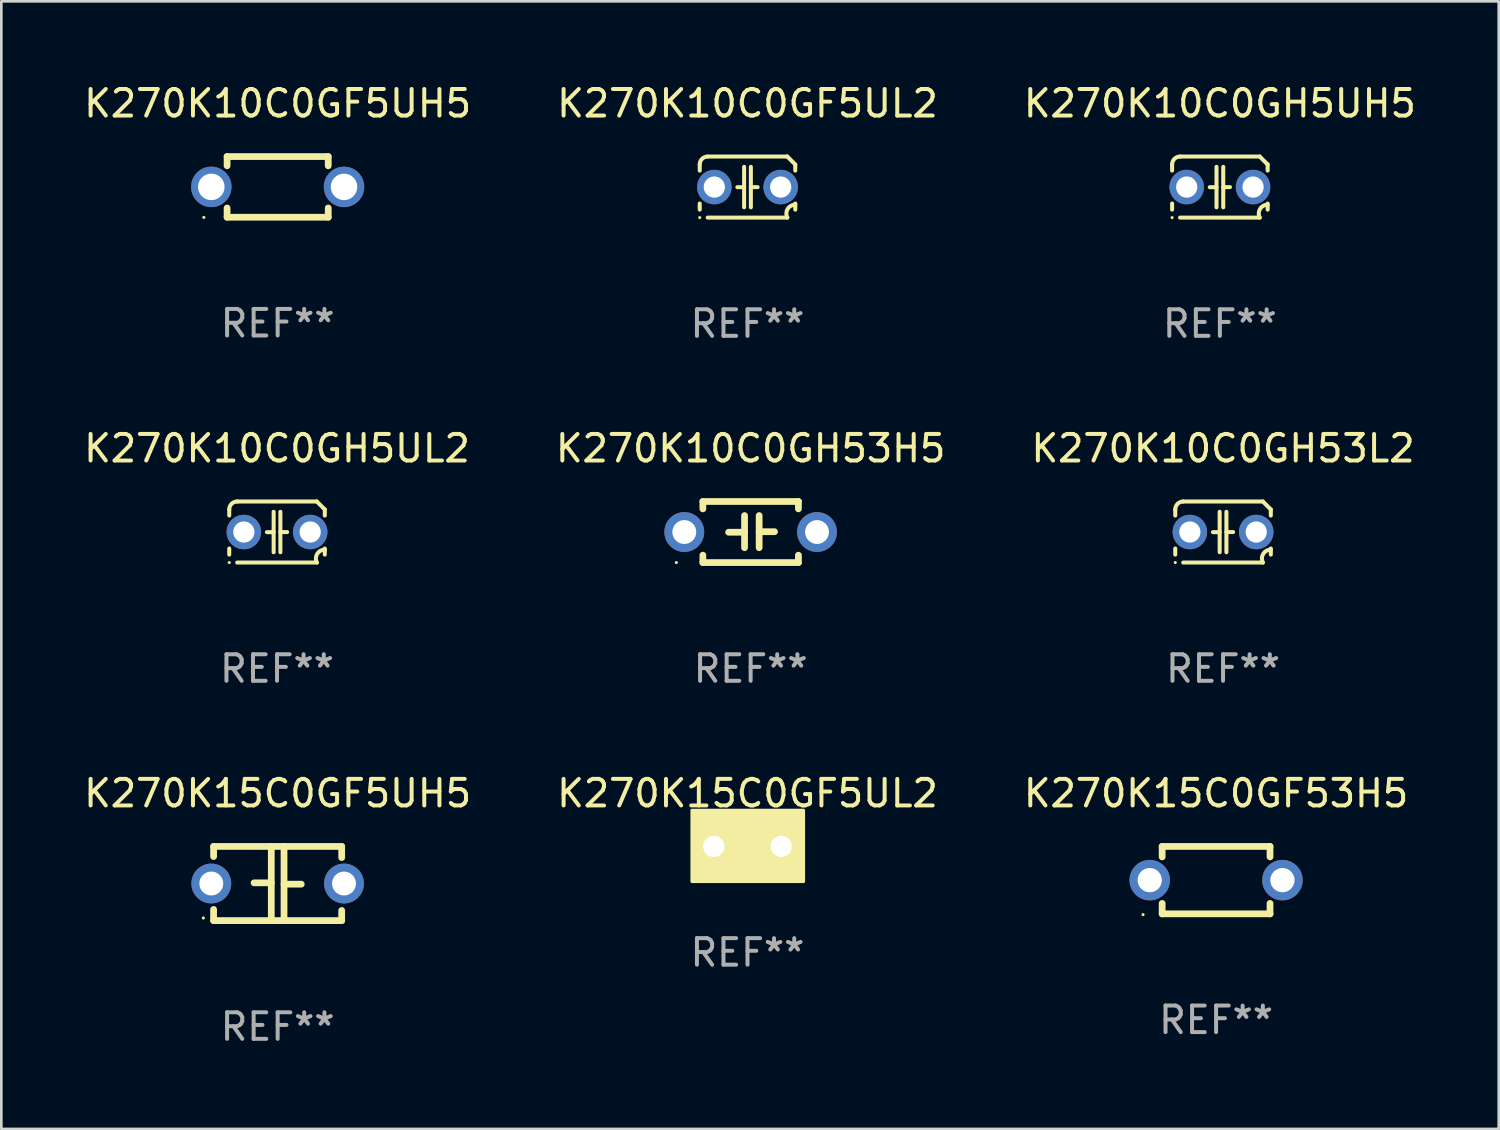
<source format=kicad_pcb>
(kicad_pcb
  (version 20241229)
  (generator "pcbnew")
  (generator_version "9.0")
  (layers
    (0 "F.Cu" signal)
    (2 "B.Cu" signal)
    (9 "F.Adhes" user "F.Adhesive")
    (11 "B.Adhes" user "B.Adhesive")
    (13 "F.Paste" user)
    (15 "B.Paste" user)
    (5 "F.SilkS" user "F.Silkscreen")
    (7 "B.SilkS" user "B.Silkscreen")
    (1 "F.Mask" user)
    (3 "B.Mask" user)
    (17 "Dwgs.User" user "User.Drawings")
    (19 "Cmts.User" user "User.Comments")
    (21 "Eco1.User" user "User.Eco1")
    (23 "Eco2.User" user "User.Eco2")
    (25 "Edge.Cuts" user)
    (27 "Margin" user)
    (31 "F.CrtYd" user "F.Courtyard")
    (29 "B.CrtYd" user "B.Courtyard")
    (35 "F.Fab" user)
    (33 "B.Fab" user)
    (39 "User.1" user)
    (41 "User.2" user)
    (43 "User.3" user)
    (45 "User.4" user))
  (footprint "K270K15C0GF53H5"
    (layer "F.Cu")
    (at 42.768 30.111)
    (property "Reference" "K270K15C0GF53H5" (at 0 -3.27 0) (layer "F.SilkS") (effects (font (size 1 1) (thickness 0.15))))
    (attr through_hole)
    (fp_line (start -2.032 -1.27) (end -2.032 -0.876) (stroke (width 0.254) (type solid)) (layer "F.SilkS"))
    (fp_line (start -2.032 0.876) (end -2.032 1.27) (stroke (width 0.254) (type solid)) (layer "F.SilkS"))
    (fp_line (start -2.032 1.27) (end 2.032 1.27) (stroke (width 0.254) (type solid)) (layer "F.SilkS"))
    (fp_line (start 2.032 -1.27) (end -2.032 -1.27) (stroke (width 0.254) (type solid)) (layer "F.SilkS"))
    (fp_line (start 2.032 -0.876) (end 2.032 -1.27) (stroke (width 0.254) (type solid)) (layer "F.SilkS"))
    (fp_line (start 2.032 1.27) (end 2.032 0.876) (stroke (width 0.254) (type solid)) (layer "F.SilkS"))
    (fp_circle (center -2.751 1.3) (end -2.721 1.3) (stroke (width 0.06) (type solid)) (fill no) (layer "F.SilkS"))
    (fp_text user "REF**" (at 0 5.27 0) (layer "F.Fab") (effects (font (size 1 1) (thickness 0.15))))
    (pad "1" thru_hole circle (at -2.5 0) (size 1.524 1.524) (drill 0.914) (layers "*.Cu" "*.Mask"))
    (pad "2" thru_hole circle (at 2.5 0) (size 1.524 1.524) (drill 0.914) (layers "*.Cu" "*.Mask")))
  (footprint "K270K10C0GH53H5"
    (layer "F.Cu")
    (at 25.232 16.995)
    (property "Reference" "K270K10C0GH53H5" (at 0 -3.15 0) (layer "F.SilkS") (effects (font (size 1 1) (thickness 0.15))))
    (attr through_hole)
    (fp_line (start -1.8 -1.15) (end -1.8 -0.872) (stroke (width 0.254) (type solid)) (layer "F.SilkS"))
    (fp_line (start -1.8 -1.15) (end 1.8 -1.15) (stroke (width 0.254) (type solid)) (layer "F.SilkS"))
    (fp_line (start -1.8 0.872) (end -1.8 1.15) (stroke (width 0.254) (type solid)) (layer "F.SilkS"))
    (fp_line (start -1.8 1.15) (end 1.8 1.15) (stroke (width 0.254) (type solid)) (layer "F.SilkS"))
    (fp_line (start -0.23 -0.62) (end -0.23 0.59) (stroke (width 0.254) (type solid)) (layer "F.SilkS"))
    (fp_line (start -0.23 0.007) (end -0.83 0.007) (stroke (width 0.254) (type solid)) (layer "F.SilkS"))
    (fp_line (start 0.32 -0.62) (end 0.32 0.59) (stroke (width 0.254) (type solid)) (layer "F.SilkS"))
    (fp_line (start 0.32 -0.012) (end 0.9 -0.012) (stroke (width 0.254) (type solid)) (layer "F.SilkS"))
    (fp_line (start 1.8 -1.15) (end 1.8 -0.872) (stroke (width 0.254) (type solid)) (layer "F.SilkS"))
    (fp_line (start 1.8 0.872) (end 1.8 1.15) (stroke (width 0.254) (type solid)) (layer "F.SilkS"))
    (fp_circle (center -2.8 1.15) (end -2.77 1.15) (stroke (width 0.06) (type solid)) (fill no) (layer "F.SilkS"))
    (fp_text user "REF**" (at 0 5.15 0) (layer "F.Fab") (effects (font (size 1 1) (thickness 0.15))))
    (pad "1" thru_hole circle (at -2.5 0) (size 1.5 1.5) (drill 0.9) (layers "*.Cu" "*.Mask"))
    (pad "2" thru_hole circle (at 2.5 0) (size 1.5 1.5) (drill 0.9) (layers "*.Cu" "*.Mask")))
  (footprint "K270K10C0GH5UH5"
    (layer "F.Cu")
    (at 42.911 3.998)
    (property "Reference" "K270K10C0GH5UH5" (at 0 -3.15 0) (layer "F.SilkS") (effects (font (size 1 1) (thickness 0.15))))
    (attr through_hole)
    (fp_line (start -1.8 -0.621) (end -1.8 -0.85) (stroke (width 0.152) (type solid)) (layer "F.SilkS"))
    (fp_line (start -1.8 0.85) (end -1.8 0.621) (stroke (width 0.152) (type solid)) (layer "F.SilkS"))
    (fp_line (start -1.5 -1.15) (end 1.5 -1.15) (stroke (width 0.152) (type solid)) (layer "F.SilkS"))
    (fp_line (start -0.127 -0.762) (end -0.127 0.762) (stroke (width 0.152) (type solid)) (layer "F.SilkS"))
    (fp_line (start -0.127 0.005) (end -0.381 0.005) (stroke (width 0.152) (type solid)) (layer "F.SilkS"))
    (fp_line (start 0.127 -0.762) (end 0.127 0.762) (stroke (width 0.152) (type solid)) (layer "F.SilkS"))
    (fp_line (start 0.127 0.002) (end 0.381 0.002) (stroke (width 0.152) (type solid)) (layer "F.SilkS"))
    (fp_line (start 1.5 1.15) (end -1.5 1.15) (stroke (width 0.152) (type solid)) (layer "F.SilkS"))
    (fp_line (start 1.8 -0.85) (end 1.8 -0.621) (stroke (width 0.152) (type solid)) (layer "F.SilkS"))
    (fp_line (start 1.8 0.621) (end 1.8 0.85) (stroke (width 0.152) (type solid)) (layer "F.SilkS"))
    (fp_arc (start -1.799975 -0.849987) (mid -1.712107 -1.062119) (end -1.499975 -1.149987) (stroke (width 0.151994) (type solid)) (layer "F.SilkS"))
    (fp_arc (start 1.499975 1.149987) (mid 1.513726 0.822359) (end 1.799975 0.662387) (stroke (width 0.151994) (type solid)) (layer "F.SilkS"))
    (fp_arc (start 1.500001 -1.149986) (mid 1.650015 -1.000001) (end 1.8 -0.849987) (stroke (width 0.151994) (type solid)) (layer "F.SilkS"))
    (fp_circle (center -1.8 1.15) (end -1.77 1.15) (stroke (width 0.06) (type solid)) (fill no) (layer "F.SilkS"))
    (fp_text user "REF**" (at 0 5.15 0) (layer "F.Fab") (effects (font (size 1 1) (thickness 0.15))))
    (pad "1" thru_hole circle (at -1.25 0) (size 1.3 1.3) (drill 0.8) (layers "*.Cu" "*.Mask"))
    (pad "2" thru_hole circle (at 1.25 0) (size 1.3 1.3) (drill 0.8) (layers "*.Cu" "*.Mask")))
  (footprint "K270K10C0GH5UL2"
    (layer "F.Cu")
    (at 7.387 16.995)
    (property "Reference" "K270K10C0GH5UL2" (at 0 -3.15 0) (layer "F.SilkS") (effects (font (size 1 1) (thickness 0.15))))
    (attr through_hole)
    (fp_line (start -1.8 -0.621) (end -1.8 -0.85) (stroke (width 0.152) (type solid)) (layer "F.SilkS"))
    (fp_line (start -1.8 0.85) (end -1.8 0.621) (stroke (width 0.152) (type solid)) (layer "F.SilkS"))
    (fp_line (start -1.5 -1.15) (end 1.5 -1.15) (stroke (width 0.152) (type solid)) (layer "F.SilkS"))
    (fp_line (start -0.127 -0.762) (end -0.127 0.762) (stroke (width 0.152) (type solid)) (layer "F.SilkS"))
    (fp_line (start -0.127 0.005) (end -0.381 0.005) (stroke (width 0.152) (type solid)) (layer "F.SilkS"))
    (fp_line (start 0.127 -0.762) (end 0.127 0.762) (stroke (width 0.152) (type solid)) (layer "F.SilkS"))
    (fp_line (start 0.127 0.002) (end 0.381 0.002) (stroke (width 0.152) (type solid)) (layer "F.SilkS"))
    (fp_line (start 1.5 1.15) (end -1.5 1.15) (stroke (width 0.152) (type solid)) (layer "F.SilkS"))
    (fp_line (start 1.8 -0.85) (end 1.8 -0.621) (stroke (width 0.152) (type solid)) (layer "F.SilkS"))
    (fp_line (start 1.8 0.621) (end 1.8 0.85) (stroke (width 0.152) (type solid)) (layer "F.SilkS"))
    (fp_arc (start -1.799975 -0.849987) (mid -1.712107 -1.062119) (end -1.499975 -1.149987) (stroke (width 0.151994) (type solid)) (layer "F.SilkS"))
    (fp_arc (start 1.499975 1.149987) (mid 1.513726 0.822359) (end 1.799975 0.662387) (stroke (width 0.151994) (type solid)) (layer "F.SilkS"))
    (fp_arc (start 1.500001 -1.149986) (mid 1.650015 -1.000001) (end 1.8 -0.849987) (stroke (width 0.151994) (type solid)) (layer "F.SilkS"))
    (fp_circle (center -1.8 1.15) (end -1.77 1.15) (stroke (width 0.06) (type solid)) (fill no) (layer "F.SilkS"))
    (fp_text user "REF**" (at 0 5.15 0) (layer "F.Fab") (effects (font (size 1 1) (thickness 0.15))))
    (pad "1" thru_hole circle (at -1.25 0) (size 1.3 1.3) (drill 0.8) (layers "*.Cu" "*.Mask"))
    (pad "2" thru_hole circle (at 1.25 0) (size 1.3 1.3) (drill 0.8) (layers "*.Cu" "*.Mask")))
  (footprint "K270K10C0GH53L2"
    (layer "F.Cu")
    (at 43.03 16.995)
    (property "Reference" "K270K10C0GH53L2" (at 0 -3.15 0) (layer "F.SilkS") (effects (font (size 1 1) (thickness 0.15))))
    (attr through_hole)
    (fp_line (start -1.8 -0.621) (end -1.8 -0.85) (stroke (width 0.152) (type solid)) (layer "F.SilkS"))
    (fp_line (start -1.8 0.85) (end -1.8 0.621) (stroke (width 0.152) (type solid)) (layer "F.SilkS"))
    (fp_line (start -1.5 -1.15) (end 1.5 -1.15) (stroke (width 0.152) (type solid)) (layer "F.SilkS"))
    (fp_line (start -0.127 -0.762) (end -0.127 0.762) (stroke (width 0.152) (type solid)) (layer "F.SilkS"))
    (fp_line (start -0.127 0.005) (end -0.381 0.005) (stroke (width 0.152) (type solid)) (layer "F.SilkS"))
    (fp_line (start 0.127 -0.762) (end 0.127 0.762) (stroke (width 0.152) (type solid)) (layer "F.SilkS"))
    (fp_line (start 0.127 0.002) (end 0.381 0.002) (stroke (width 0.152) (type solid)) (layer "F.SilkS"))
    (fp_line (start 1.5 1.15) (end -1.5 1.15) (stroke (width 0.152) (type solid)) (layer "F.SilkS"))
    (fp_line (start 1.8 -0.85) (end 1.8 -0.621) (stroke (width 0.152) (type solid)) (layer "F.SilkS"))
    (fp_line (start 1.8 0.621) (end 1.8 0.85) (stroke (width 0.152) (type solid)) (layer "F.SilkS"))
    (fp_arc (start -1.799975 -0.849987) (mid -1.712107 -1.062119) (end -1.499975 -1.149987) (stroke (width 0.151994) (type solid)) (layer "F.SilkS"))
    (fp_arc (start 1.499975 1.149987) (mid 1.513726 0.822359) (end 1.799975 0.662387) (stroke (width 0.151994) (type solid)) (layer "F.SilkS"))
    (fp_arc (start 1.500001 -1.149986) (mid 1.650015 -1.000001) (end 1.8 -0.849987) (stroke (width 0.151994) (type solid)) (layer "F.SilkS"))
    (fp_circle (center -1.8 1.15) (end -1.77 1.15) (stroke (width 0.06) (type solid)) (fill no) (layer "F.SilkS"))
    (fp_text user "REF**" (at 0 5.15 0) (layer "F.Fab") (effects (font (size 1 1) (thickness 0.15))))
    (pad "1" thru_hole circle (at -1.25 0) (size 1.3 1.3) (drill 0.8) (layers "*.Cu" "*.Mask"))
    (pad "2" thru_hole circle (at 1.25 0) (size 1.3 1.3) (drill 0.8) (layers "*.Cu" "*.Mask")))
  (footprint "K270K15C0GF5UL2"
    (layer "F.Cu")
    (at 25.113 28.841)
    (property "Reference" "K270K15C0GF5UL2" (at 0 -2 0) (layer "F.SilkS") (effects (font (size 1 1) (thickness 0.15))))
    (attr through_hole)
    (fp_circle (center -2 1.3) (end -1.97 1.3) (stroke (width 0.06) (type solid)) (fill no) (layer "F.SilkS"))
    (fp_poly (pts (xy -2.09 -1.36) (xy 2.11 -1.36) (xy 2.11 1.32) (xy -2.09 1.32)) (stroke (width 0.12) (type solid)) (fill yes) (layer "F.SilkS"))
    (fp_text user "REF**" (at 0 4 0) (layer "F.Fab") (effects (font (size 1 1) (thickness 0.15))))
    (pad "1" thru_hole circle (at -1.27 0) (size 1.4 1.4) (drill 0.8) (layers "*.Cu" "*.Mask"))
    (pad "2" thru_hole circle (at 1.27 0) (size 1.4 1.4) (drill 0.8) (layers "*.Cu" "*.Mask")))
  (footprint "K270K10C0GF5UL2"
    (layer "F.Cu")
    (at 25.113 3.998)
    (property "Reference" "K270K10C0GF5UL2" (at 0 -3.15 0) (layer "F.SilkS") (effects (font (size 1 1) (thickness 0.15))))
    (attr through_hole)
    (fp_line (start -1.8 -0.621) (end -1.8 -0.85) (stroke (width 0.152) (type solid)) (layer "F.SilkS"))
    (fp_line (start -1.8 0.85) (end -1.8 0.621) (stroke (width 0.152) (type solid)) (layer "F.SilkS"))
    (fp_line (start -1.5 -1.15) (end 1.5 -1.15) (stroke (width 0.152) (type solid)) (layer "F.SilkS"))
    (fp_line (start -0.127 -0.762) (end -0.127 0.762) (stroke (width 0.152) (type solid)) (layer "F.SilkS"))
    (fp_line (start -0.127 0.005) (end -0.381 0.005) (stroke (width 0.152) (type solid)) (layer "F.SilkS"))
    (fp_line (start 0.127 -0.762) (end 0.127 0.762) (stroke (width 0.152) (type solid)) (layer "F.SilkS"))
    (fp_line (start 0.127 0.002) (end 0.381 0.002) (stroke (width 0.152) (type solid)) (layer "F.SilkS"))
    (fp_line (start 1.5 1.15) (end -1.5 1.15) (stroke (width 0.152) (type solid)) (layer "F.SilkS"))
    (fp_line (start 1.8 -0.85) (end 1.8 -0.621) (stroke (width 0.152) (type solid)) (layer "F.SilkS"))
    (fp_line (start 1.8 0.621) (end 1.8 0.85) (stroke (width 0.152) (type solid)) (layer "F.SilkS"))
    (fp_arc (start -1.799975 -0.849987) (mid -1.712107 -1.062119) (end -1.499975 -1.149987) (stroke (width 0.151994) (type solid)) (layer "F.SilkS"))
    (fp_arc (start 1.499975 1.149987) (mid 1.513726 0.822359) (end 1.799975 0.662387) (stroke (width 0.151994) (type solid)) (layer "F.SilkS"))
    (fp_arc (start 1.500001 -1.149986) (mid 1.650015 -1.000001) (end 1.8 -0.849987) (stroke (width 0.151994) (type solid)) (layer "F.SilkS"))
    (fp_circle (center -1.8 1.15) (end -1.77 1.15) (stroke (width 0.06) (type solid)) (fill no) (layer "F.SilkS"))
    (fp_text user "REF**" (at 0 5.15 0) (layer "F.Fab") (effects (font (size 1 1) (thickness 0.15))))
    (pad "1" thru_hole circle (at -1.25 0) (size 1.3 1.3) (drill 0.8) (layers "*.Cu" "*.Mask"))
    (pad "2" thru_hole circle (at 1.25 0) (size 1.3 1.3) (drill 0.8) (layers "*.Cu" "*.Mask")))
  (footprint "K270K15C0GF5UH5"
    (layer "F.Cu")
    (at 7.411 30.238)
    (property "Reference" "K270K15C0GF5UH5" (at 0 -3.397 0) (layer "F.SilkS") (effects (font (size 1 1) (thickness 0.15))))
    (attr through_hole)
    (fp_line (start -2.413 -1.397) (end 2.413 -1.397) (stroke (width 0.254) (type solid)) (layer "F.SilkS"))
    (fp_line (start -2.413 -1.016) (end -2.413 -1.397) (stroke (width 0.254) (type solid)) (layer "F.SilkS"))
    (fp_line (start -2.413 0.977) (end -2.413 1.397) (stroke (width 0.254) (type solid)) (layer "F.SilkS"))
    (fp_line (start -0.24 -0.025) (end -0.889 -0.025) (stroke (width 0.254) (type solid)) (layer "F.SilkS"))
    (fp_line (start -0.24 1.397) (end -0.24 -1.397) (stroke (width 0.254) (type solid)) (layer "F.SilkS"))
    (fp_line (start 0.24 -1.397) (end 0.24 1.397) (stroke (width 0.254) (type solid)) (layer "F.SilkS"))
    (fp_line (start 0.24 0.025) (end 0.889 0.025) (stroke (width 0.254) (type solid)) (layer "F.SilkS"))
    (fp_line (start 2.413 -0.977) (end 2.413 -1.397) (stroke (width 0.254) (type solid)) (layer "F.SilkS"))
    (fp_line (start 2.413 1.016) (end 2.413 1.397) (stroke (width 0.254) (type solid)) (layer "F.SilkS"))
    (fp_line (start 2.413 1.397) (end -2.413 1.397) (stroke (width 0.254) (type solid)) (layer "F.SilkS"))
    (fp_circle (center -2.8 1.3) (end -2.77 1.3) (stroke (width 0.06) (type solid)) (fill no) (layer "F.SilkS"))
    (fp_text user "REF**" (at 0 5.397 0) (layer "F.Fab") (effects (font (size 1 1) (thickness 0.15))))
    (pad "1" thru_hole circle (at -2.5 0) (size 1.5 1.5) (drill 0.9) (layers "*.Cu" "*.Mask"))
    (pad "2" thru_hole circle (at 2.5 0) (size 1.5 1.5) (drill 0.9) (layers "*.Cu" "*.Mask")))
  (footprint "K270K10C0GF5UH5"
    (layer "F.Cu")
    (at 7.411 3.991)
    (property "Reference" "K270K10C0GF5UH5" (at 0 -3.143 0) (layer "F.SilkS") (effects (font (size 1 1) (thickness 0.15))))
    (attr through_hole)
    (fp_line (start -1.905 -1.143) (end 1.905 -1.143) (stroke (width 0.254) (type solid)) (layer "F.SilkS"))
    (fp_line (start -1.905 -0.795) (end -1.905 -1.143) (stroke (width 0.254) (type solid)) (layer "F.SilkS"))
    (fp_line (start -1.905 1.143) (end -1.905 0.795) (stroke (width 0.254) (type solid)) (layer "F.SilkS"))
    (fp_line (start 1.905 -1.143) (end 1.905 -0.795) (stroke (width 0.254) (type solid)) (layer "F.SilkS"))
    (fp_line (start 1.905 0.795) (end 1.905 1.143) (stroke (width 0.254) (type solid)) (layer "F.SilkS"))
    (fp_line (start 1.905 1.143) (end -1.905 1.143) (stroke (width 0.254) (type solid)) (layer "F.SilkS"))
    (fp_circle (center -2.781 1.15) (end -2.751 1.15) (stroke (width 0.06) (type solid)) (fill no) (layer "F.SilkS"))
    (fp_text user "REF**" (at 0 5.143 0) (layer "F.Fab") (effects (font (size 1 1) (thickness 0.15))))
    (pad "1" thru_hole circle (at -2.5 0) (size 1.524 1.524) (drill 1) (layers "*.Cu" "*.Mask"))
    (pad "2" thru_hole circle (at 2.5 0) (size 1.524 1.524) (drill 1) (layers "*.Cu" "*.Mask")))
  (gr_rect
    (start -3 -3)
    (end 53.417 39.484)
    (stroke (width 0.1) (type default))
    (fill no)
    (layer "Edge.Cuts")))
</source>
